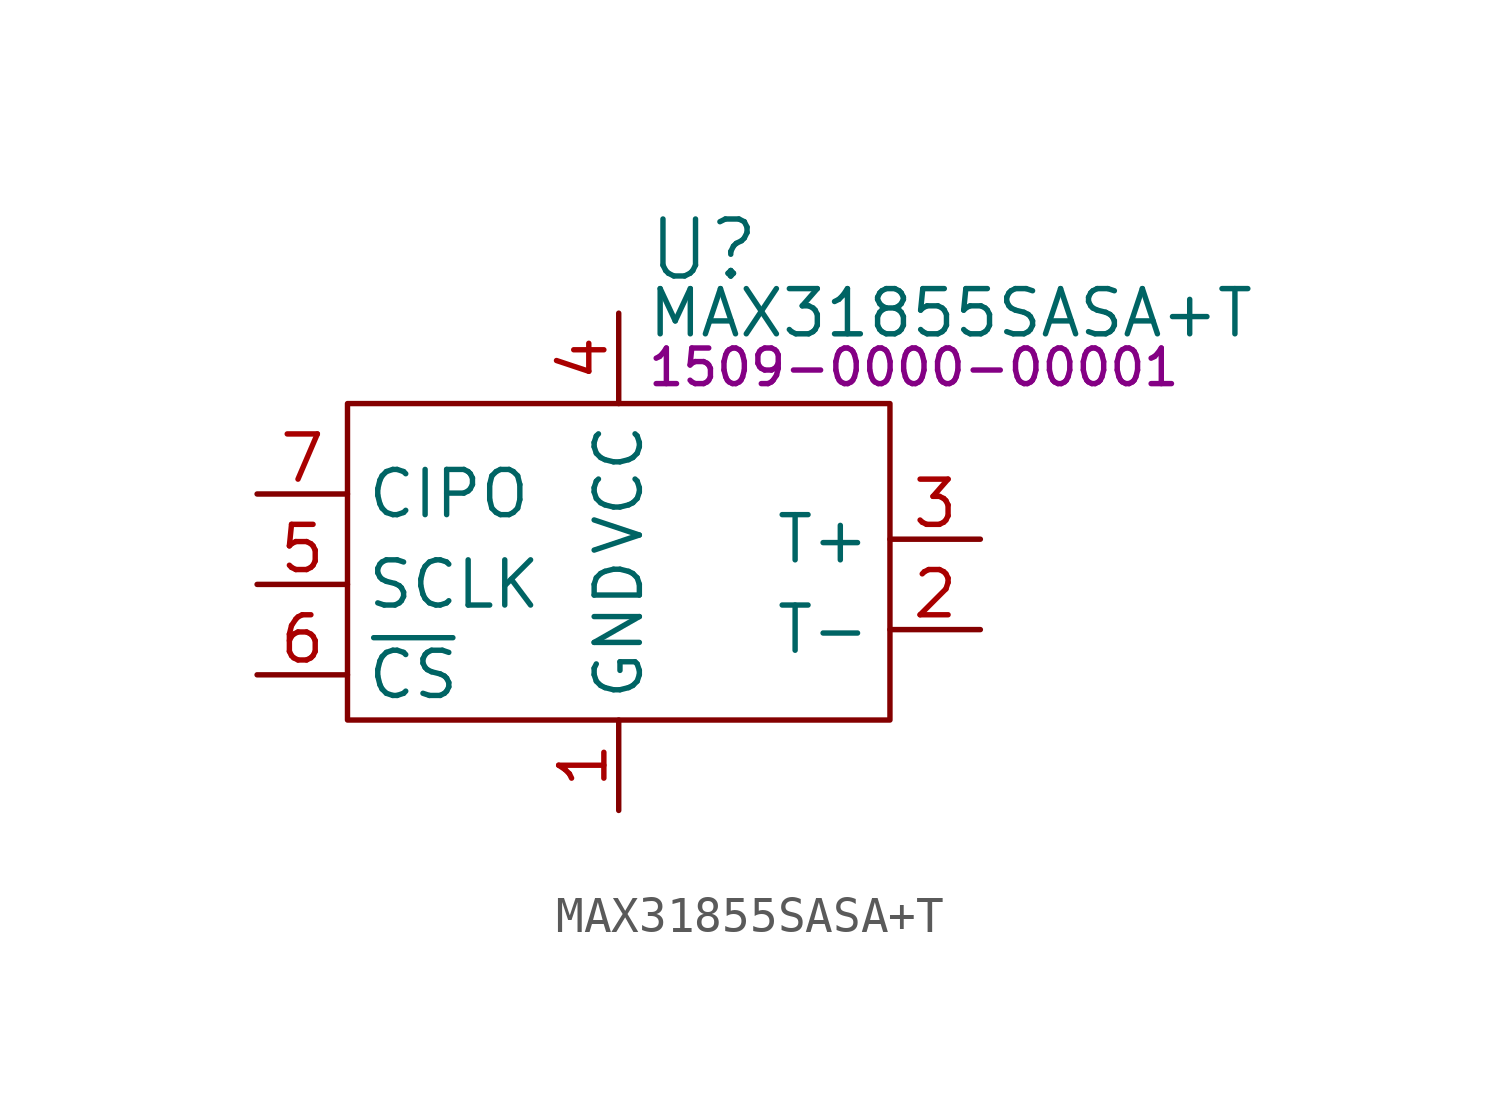
<source format=kicad_sym>
(kicad_symbol_lib
  (version 20231120)
  (generator "kicad_symbol_editor")
  (generator_version "8.0")
  (symbol "MAX31855SASA+T"
    (property "Reference" "U"
      (at 0.762 9.398 0)
      (effects (font (size 1.6 1.6)) (justify left)))
    (property "Value" "MAX31855SASA+T"
      (at 0.762 7.62 0)
      (effects (font (size 1.27 1.27)) (justify left)))
    (property "PartNumber" "1509-0000-00001"
      (at 0.762 6.096 0)
      (effects (font (size 1 1)) (justify left)))
    (symbol "MAX31855SASA+T_0_0"
      (pin unspecified line (at 0 -6.35 90) (length 2.54) (name "GND" (effects (font (size 1.27 1.27)))) (number "1" (effects (font (size 1.27 1.27)))))
      (pin unspecified line (at 10.16 -1.27 180) (length 2.54) (name "T-" (effects (font (size 1.27 1.27)))) (number "2" (effects (font (size 1.27 1.27)))))
      (pin unspecified line (at 10.16 1.27 180) (length 2.54) (name "T+" (effects (font (size 1.27 1.27)))) (number "3" (effects (font (size 1.27 1.27)))))
      (pin unspecified line (at 0 7.62 270) (length 2.54) (name "VCC" (effects (font (size 1.27 1.27)))) (number "4" (effects (font (size 1.27 1.27)))))
      (pin unspecified line (at -10.16 0 0) (length 2.54) (name "SCLK" (effects (font (size 1.27 1.27)))) (number "5" (effects (font (size 1.27 1.27)))))
      (pin unspecified line (at -10.16 -2.54 0) (length 2.54) (name "~{CS}" (effects (font (size 1.27 1.27)))) (number "6" (effects (font (size 1.27 1.27)))))
      (pin unspecified line (at -10.16 2.54 0) (length 2.54) (name "CIPO" (effects (font (size 1.27 1.27)))) (number "7" (effects (font (size 1.27 1.27))))))
    (symbol "MAX31855SASA+T_0_1"
      (rectangle (start -7.62 5.08) (end 7.62 -3.81) (stroke (width 0) (type default)) (fill (type none))))))
</source>
